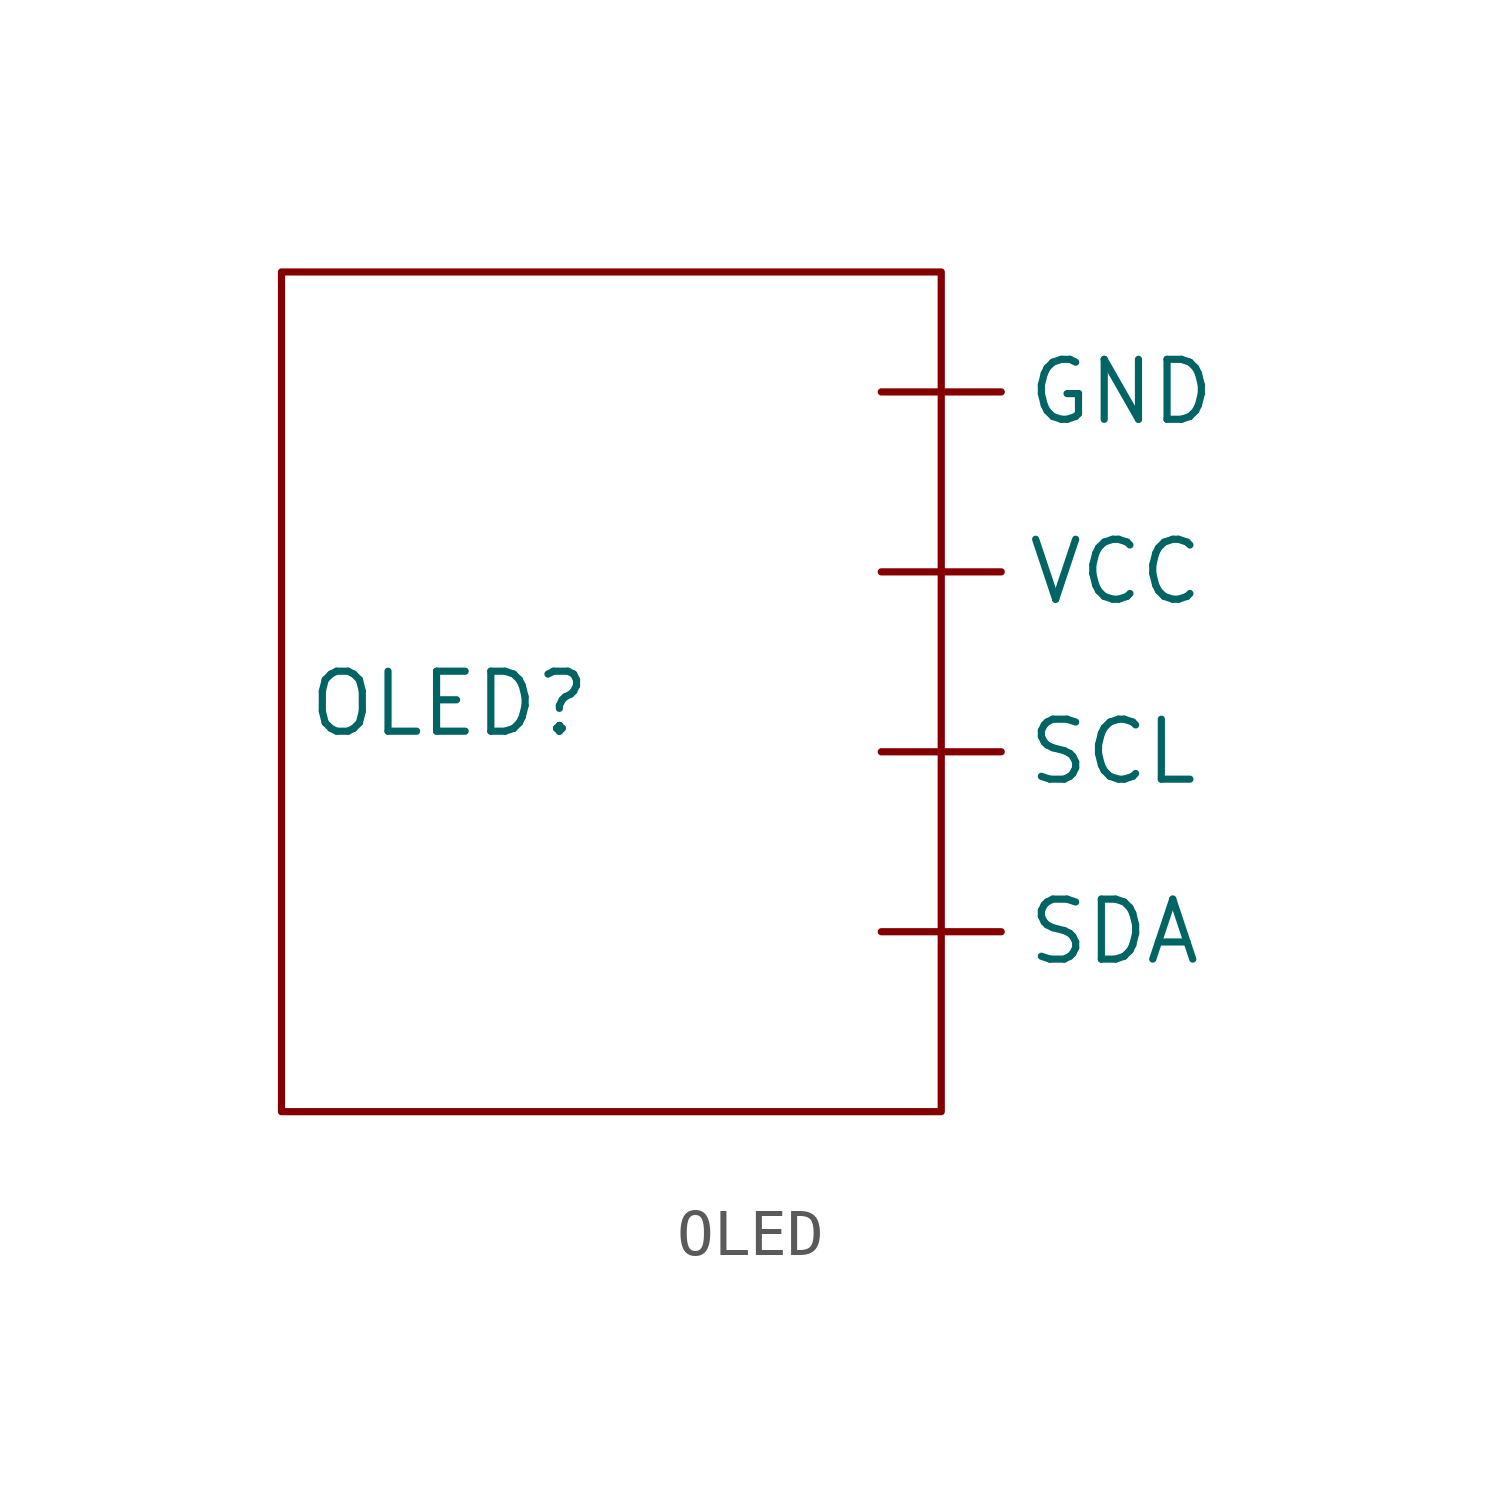
<source format=kicad_sym>
(kicad_symbol_lib
  (version 20231120)
  (generator "kicad_symbol_editor")
  (generator_version "8.0")
  (symbol "OLED"
    (property "Reference" "OLED"
      (at -2.794 2.286 0)
      (effects (font (size 1.27 1.27))))
    (property "Value" ""
      (at 0 0 0)
      (effects (font (size 1.27 1.27))))
    (symbol "OLED_0_1"
      (rectangle (start -6.35 11.43) (end 7.62 -6.35) (stroke (width 0) (type default)) (fill (type none))))
    (symbol "OLED_1_1"
      (pin input line (at 6.35 8.89 0) (length 2.54) (name "GND" (effects (font (size 1.27 1.27)))) (number "" (effects (font (size 1.27 1.27)))))
      (pin input line (at 6.35 1.27 0) (length 2.54) (name "SCL" (effects (font (size 1.27 1.27)))) (number "" (effects (font (size 1.27 1.27)))))
      (pin input line (at 6.35 -2.54 0) (length 2.54) (name "SDA" (effects (font (size 1.27 1.27)))) (number "" (effects (font (size 1.27 1.27)))))
      (pin input line (at 6.35 5.08 0) (length 2.54) (name "VCC" (effects (font (size 1.27 1.27)))) (number "" (effects (font (size 1.27 1.27))))))))
</source>
